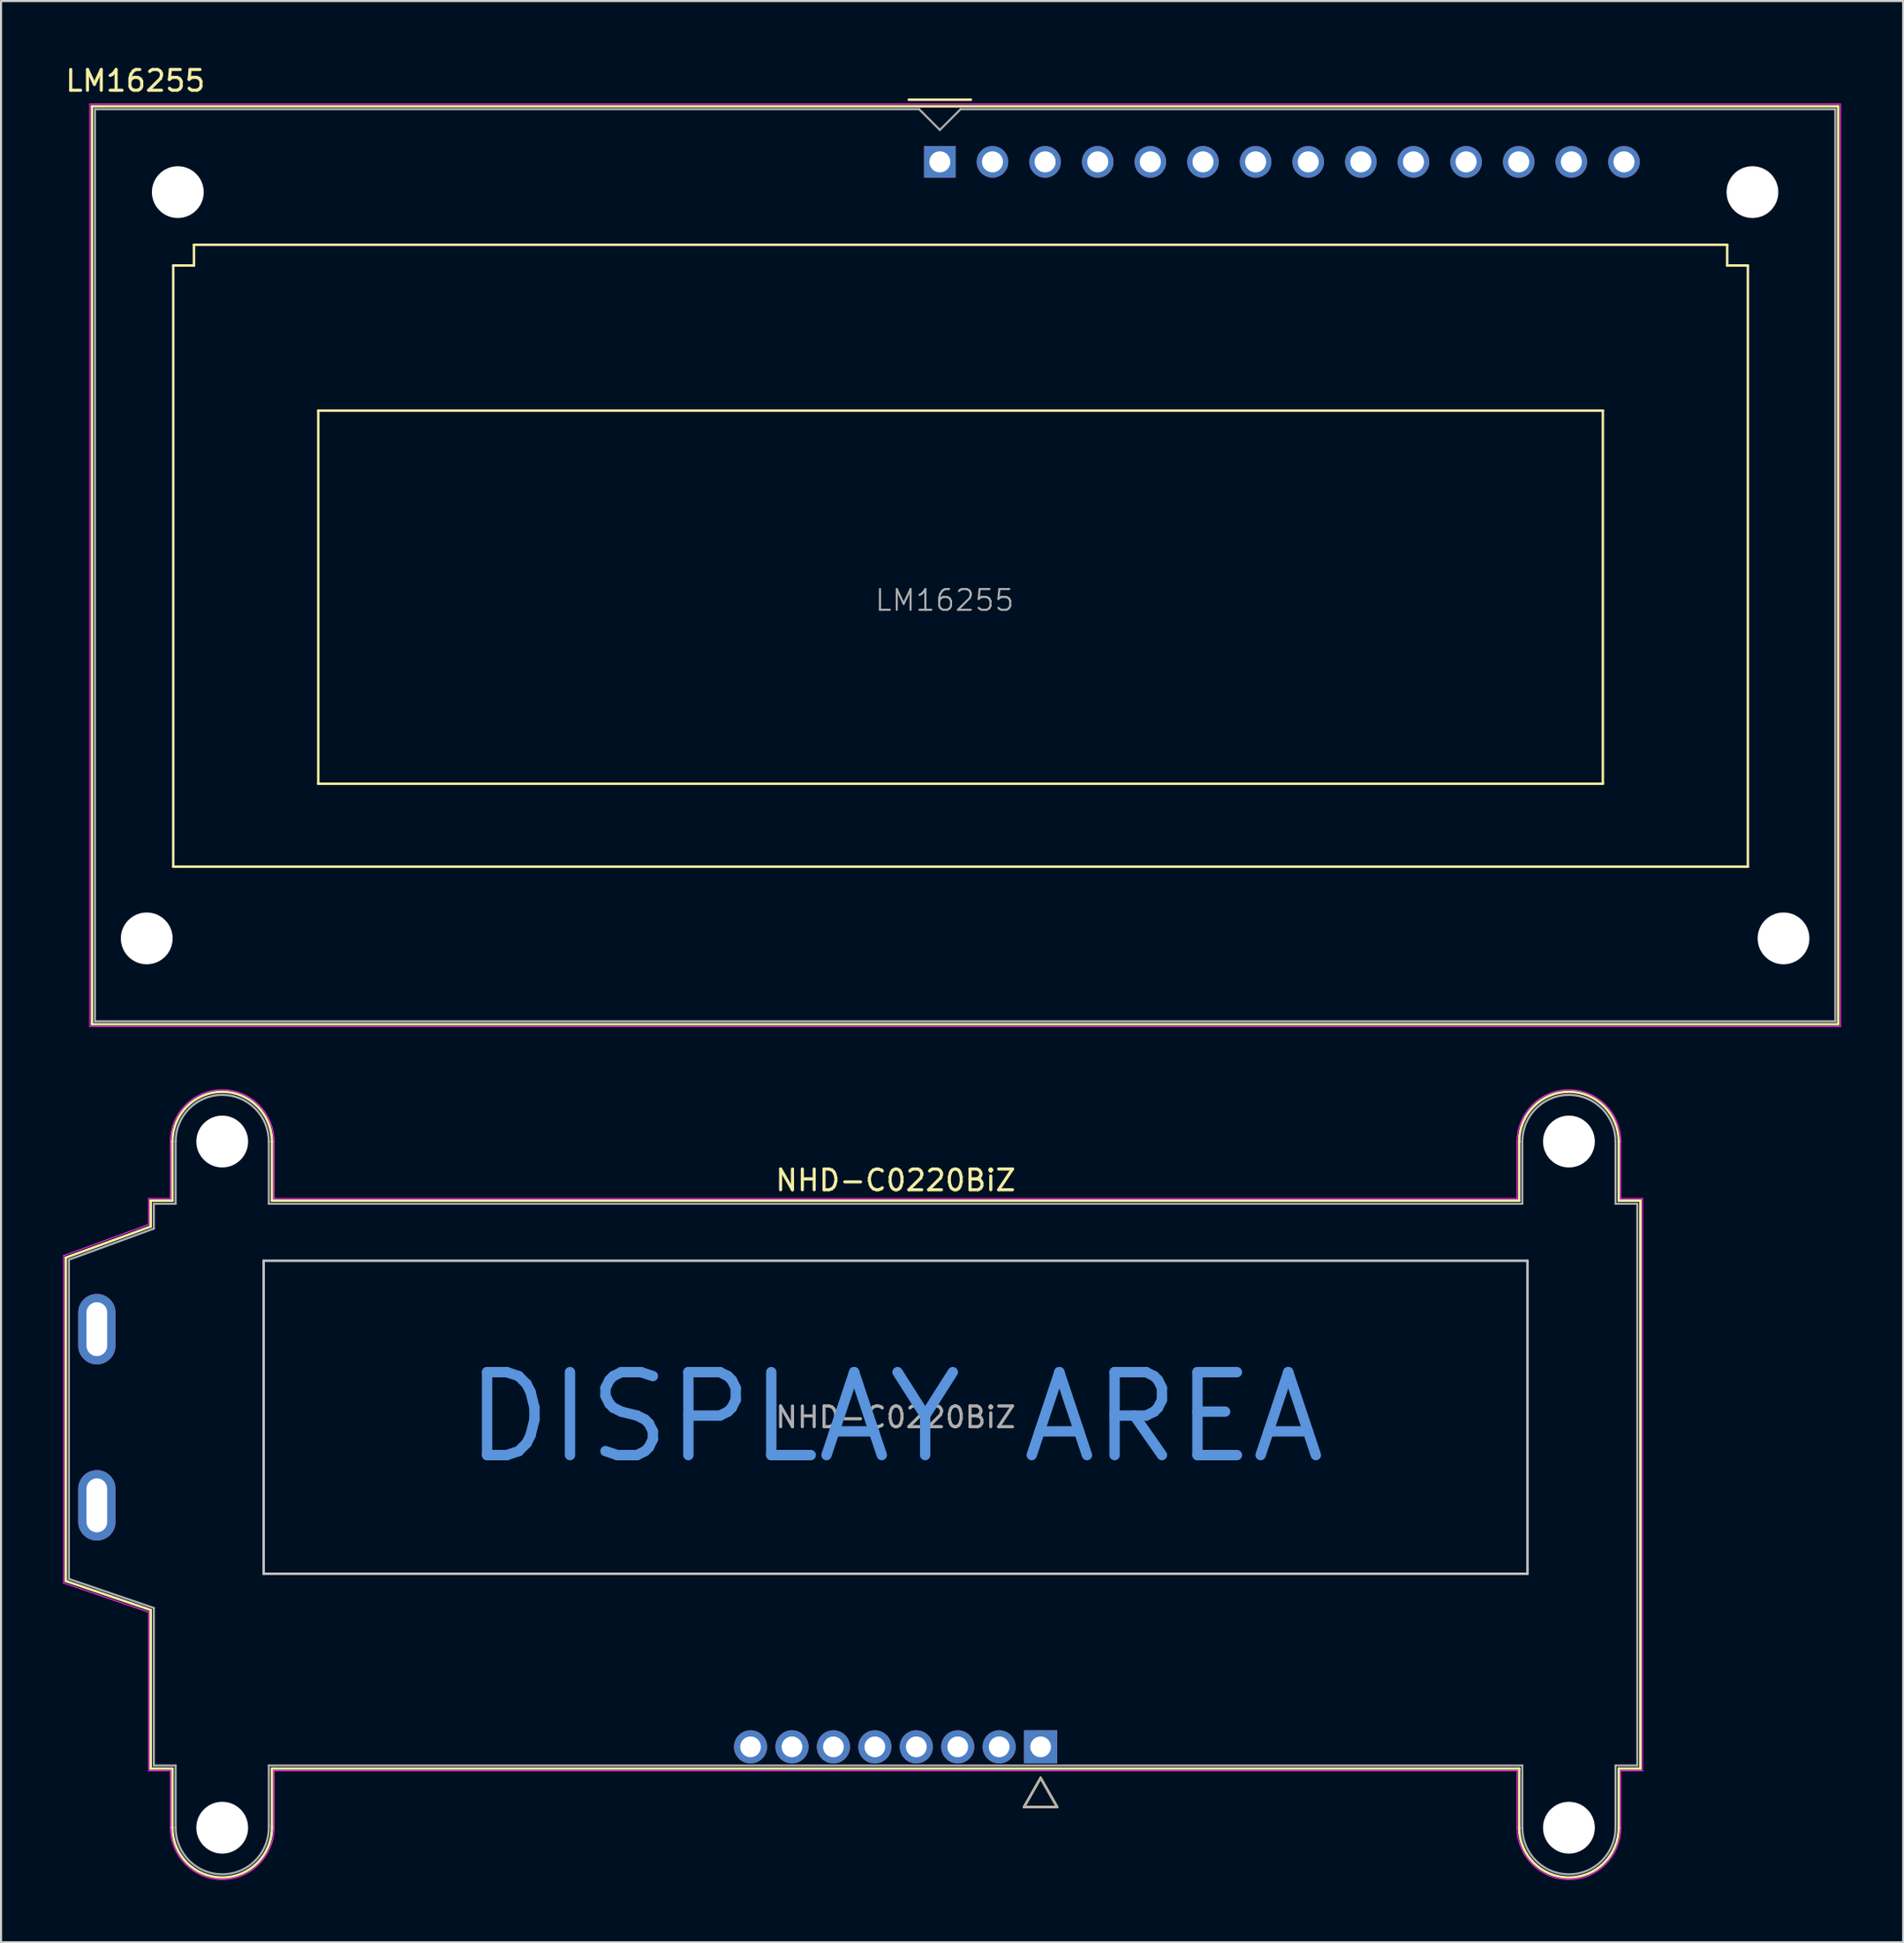
<source format=kicad_pcb>
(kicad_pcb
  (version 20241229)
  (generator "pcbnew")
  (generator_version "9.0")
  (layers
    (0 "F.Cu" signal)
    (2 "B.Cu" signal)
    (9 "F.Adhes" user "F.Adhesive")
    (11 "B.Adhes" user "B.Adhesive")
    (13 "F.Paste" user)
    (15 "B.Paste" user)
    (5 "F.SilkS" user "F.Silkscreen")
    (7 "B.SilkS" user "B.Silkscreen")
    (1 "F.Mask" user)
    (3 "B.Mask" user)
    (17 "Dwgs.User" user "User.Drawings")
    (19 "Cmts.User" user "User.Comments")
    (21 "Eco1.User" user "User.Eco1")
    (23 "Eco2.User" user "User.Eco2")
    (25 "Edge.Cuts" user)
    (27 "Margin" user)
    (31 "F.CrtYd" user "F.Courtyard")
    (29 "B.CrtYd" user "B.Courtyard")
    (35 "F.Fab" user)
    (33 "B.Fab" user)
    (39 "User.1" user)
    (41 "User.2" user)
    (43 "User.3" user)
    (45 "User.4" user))
  (footprint "NHD-C0220BiZ"
    (layer "F.Cu")
    (at 40.175 65.318)
    (property "Reference" "NHD-C0220BiZ" (at 0 -11.43 0) (layer "F.SilkS") (effects (font (size 1 1) (thickness 0.15))))
    (attr through_hole)
    (fp_line (start -40.05 -7.7) (end -40.05 7.9) (stroke (width 0.12) (type solid)) (layer "F.SilkS"))
    (fp_line (start -40.05 7.9) (end -35.95 9.3) (stroke (width 0.12) (type solid)) (layer "F.SilkS"))
    (fp_line (start -35.95 -10.45) (end -35.95 -9.2) (stroke (width 0.12) (type solid)) (layer "F.SilkS"))
    (fp_line (start -35.95 -9.2) (end -40.05 -7.7) (stroke (width 0.12) (type solid)) (layer "F.SilkS"))
    (fp_line (start -35.95 9.3) (end -35.95 16.95) (stroke (width 0.12) (type solid)) (layer "F.SilkS"))
    (fp_line (start -35.95 16.95) (end -34.9 16.95) (stroke (width 0.12) (type solid)) (layer "F.SilkS"))
    (fp_line (start -34.9 -13.3) (end -34.9 -10.45) (stroke (width 0.12) (type solid)) (layer "F.SilkS"))
    (fp_line (start -34.9 -10.45) (end -35.95 -10.45) (stroke (width 0.12) (type solid)) (layer "F.SilkS"))
    (fp_line (start -34.9 16.95) (end -34.9 19.8) (stroke (width 0.12) (type solid)) (layer "F.SilkS"))
    (fp_line (start -30.1 -10.45) (end -30.1 -13.3) (stroke (width 0.12) (type solid)) (layer "F.SilkS"))
    (fp_line (start -30.1 16.95) (end 30.1 16.95) (stroke (width 0.12) (type solid)) (layer "F.SilkS"))
    (fp_line (start -30.1 19.8) (end -30.1 16.95) (stroke (width 0.12) (type solid)) (layer "F.SilkS"))
    (fp_line (start 6.2 18.8) (end 7 17.4) (stroke (width 0.12) (type solid)) (layer "F.SilkS"))
    (fp_line (start 6.2 18.8) (end 7.8 18.8) (stroke (width 0.12) (type solid)) (layer "F.SilkS"))
    (fp_line (start 7 17.4) (end 7.8 18.8) (stroke (width 0.12) (type solid)) (layer "F.SilkS"))
    (fp_line (start 30.1 -13.3) (end 30.1 -10.45) (stroke (width 0.12) (type solid)) (layer "F.SilkS"))
    (fp_line (start 30.1 -10.45) (end -30.1 -10.45) (stroke (width 0.12) (type solid)) (layer "F.SilkS"))
    (fp_line (start 30.1 16.95) (end 30.1 19.8) (stroke (width 0.12) (type solid)) (layer "F.SilkS"))
    (fp_line (start 34.9 -10.45) (end 34.9 -13.3) (stroke (width 0.12) (type solid)) (layer "F.SilkS"))
    (fp_line (start 34.9 16.95) (end 35.95 16.95) (stroke (width 0.12) (type solid)) (layer "F.SilkS"))
    (fp_line (start 34.9 19.8) (end 34.9 16.95) (stroke (width 0.12) (type solid)) (layer "F.SilkS"))
    (fp_line (start 35.95 -10.45) (end 34.9 -10.45) (stroke (width 0.12) (type solid)) (layer "F.SilkS"))
    (fp_line (start 35.95 16.95) (end 35.95 -10.45) (stroke (width 0.12) (type solid)) (layer "F.SilkS"))
    (fp_arc (start -34.9 -13.3) (mid -32.5 -15.7) (end -30.1 -13.3) (stroke (width 0.12) (type solid)) (layer "F.SilkS"))
    (fp_arc (start -30.1 19.8) (mid -32.5 22.2) (end -34.9 19.8) (stroke (width 0.12) (type solid)) (layer "F.SilkS"))
    (fp_arc (start 30.1 -13.3) (mid 32.5 -15.7) (end 34.9 -13.3) (stroke (width 0.12) (type solid)) (layer "F.SilkS"))
    (fp_arc (start 34.9 19.8) (mid 32.5 22.2) (end 30.1 19.8) (stroke (width 0.12) (type solid)) (layer "F.SilkS"))
    (fp_line (start -30.5 -7.55) (end 30.5 -7.55) (stroke (width 0.12) (type solid)) (layer "Dwgs.User"))
    (fp_line (start -30.5 7.55) (end -30.5 -7.55) (stroke (width 0.12) (type solid)) (layer "Dwgs.User"))
    (fp_line (start 30.5 -7.55) (end 30.5 7.55) (stroke (width 0.12) (type solid)) (layer "Dwgs.User"))
    (fp_line (start 30.5 7.55) (end -30.5 7.55) (stroke (width 0.12) (type solid)) (layer "Dwgs.User"))
    (fp_line (start -40.15 -7.8) (end -36.05 -9.3) (stroke (width 0.05) (type solid)) (layer "F.CrtYd"))
    (fp_line (start -40.15 8) (end -40.15 -7.8) (stroke (width 0.05) (type solid)) (layer "F.CrtYd"))
    (fp_line (start -36.05 -10.55) (end -35 -10.55) (stroke (width 0.05) (type solid)) (layer "F.CrtYd"))
    (fp_line (start -36.05 -9.3) (end -36.05 -10.55) (stroke (width 0.05) (type solid)) (layer "F.CrtYd"))
    (fp_line (start -36.05 9.4) (end -40.15 8) (stroke (width 0.05) (type solid)) (layer "F.CrtYd"))
    (fp_line (start -36.05 17.05) (end -36.05 9.4) (stroke (width 0.05) (type solid)) (layer "F.CrtYd"))
    (fp_line (start -35 -10.55) (end -35 -13.3) (stroke (width 0.05) (type solid)) (layer "F.CrtYd"))
    (fp_line (start -35 17.05) (end -36.05 17.05) (stroke (width 0.05) (type solid)) (layer "F.CrtYd"))
    (fp_line (start -35 19.8) (end -35 17.05) (stroke (width 0.05) (type solid)) (layer "F.CrtYd"))
    (fp_line (start -30 -13.3) (end -30 -10.55) (stroke (width 0.05) (type solid)) (layer "F.CrtYd"))
    (fp_line (start -30 -10.55) (end 30 -10.55) (stroke (width 0.05) (type solid)) (layer "F.CrtYd"))
    (fp_line (start -30 17.05) (end -30 19.8) (stroke (width 0.05) (type solid)) (layer "F.CrtYd"))
    (fp_line (start 30 -10.55) (end 30 -13.3) (stroke (width 0.05) (type solid)) (layer "F.CrtYd"))
    (fp_line (start 30 17.05) (end -30 17.05) (stroke (width 0.05) (type solid)) (layer "F.CrtYd"))
    (fp_line (start 30 19.8) (end 30 17.05) (stroke (width 0.05) (type solid)) (layer "F.CrtYd"))
    (fp_line (start 35 -10.55) (end 35 -13.3) (stroke (width 0.05) (type solid)) (layer "F.CrtYd"))
    (fp_line (start 35 17.05) (end 35 19.8) (stroke (width 0.05) (type solid)) (layer "F.CrtYd"))
    (fp_line (start 36.05 -10.55) (end 35 -10.55) (stroke (width 0.05) (type solid)) (layer "F.CrtYd"))
    (fp_line (start 36.05 -10.55) (end 36.05 17.05) (stroke (width 0.05) (type solid)) (layer "F.CrtYd"))
    (fp_line (start 36.05 17.05) (end 35 17.05) (stroke (width 0.05) (type solid)) (layer "F.CrtYd"))
    (fp_arc (start -35 -13.3) (mid -32.5 -15.8) (end -30 -13.3) (stroke (width 0.05) (type solid)) (layer "F.CrtYd"))
    (fp_arc (start -30 19.8) (mid -32.5 22.3) (end -35 19.8) (stroke (width 0.05) (type solid)) (layer "F.CrtYd"))
    (fp_arc (start 30 -13.3) (mid 32.5 -15.8) (end 35 -13.3) (stroke (width 0.05) (type solid)) (layer "F.CrtYd"))
    (fp_arc (start 35 19.8) (mid 32.5 22.3) (end 30 19.8) (stroke (width 0.05) (type solid)) (layer "F.CrtYd"))
    (fp_line (start -39.9 -7.6) (end -35.8 -9.1) (stroke (width 0.1) (type solid)) (layer "F.Fab"))
    (fp_line (start -39.9 7.8) (end -39.9 -7.6) (stroke (width 0.1) (type solid)) (layer "F.Fab"))
    (fp_line (start -35.8 -10.3) (end -35.8 -9.1) (stroke (width 0.1) (type solid)) (layer "F.Fab"))
    (fp_line (start -35.8 -10.3) (end -34.75 -10.3) (stroke (width 0.1) (type solid)) (layer "F.Fab"))
    (fp_line (start -35.8 9.2) (end -39.9 7.8) (stroke (width 0.1) (type solid)) (layer "F.Fab"))
    (fp_line (start -35.8 9.2) (end -35.8 16.8) (stroke (width 0.1) (type solid)) (layer "F.Fab"))
    (fp_line (start -34.75 -10.3) (end -34.75 -13.3) (stroke (width 0.1) (type solid)) (layer "F.Fab"))
    (fp_line (start -34.75 16.8) (end -35.8 16.8) (stroke (width 0.1) (type solid)) (layer "F.Fab"))
    (fp_line (start -34.75 19.8) (end -34.75 16.8) (stroke (width 0.1) (type solid)) (layer "F.Fab"))
    (fp_line (start -30.25 -10.3) (end -30.25 -13.3) (stroke (width 0.1) (type solid)) (layer "F.Fab"))
    (fp_line (start -30.25 -10.3) (end 30.25 -10.3) (stroke (width 0.1) (type solid)) (layer "F.Fab"))
    (fp_line (start -30.25 16.8) (end -30.25 19.7) (stroke (width 0.1) (type solid)) (layer "F.Fab"))
    (fp_line (start -30.25 16.8) (end 30.25 16.8) (stroke (width 0.1) (type solid)) (layer "F.Fab"))
    (fp_line (start 6.2 18.8) (end 7.8 18.8) (stroke (width 0.1) (type solid)) (layer "F.Fab"))
    (fp_line (start 7 17.4) (end 6.2 18.8) (stroke (width 0.1) (type solid)) (layer "F.Fab"))
    (fp_line (start 7.8 18.8) (end 7 17.4) (stroke (width 0.1) (type solid)) (layer "F.Fab"))
    (fp_line (start 30.25 -10.3) (end 30.25 -13.3) (stroke (width 0.1) (type solid)) (layer "F.Fab"))
    (fp_line (start 30.25 19.8) (end 30.25 16.8) (stroke (width 0.1) (type solid)) (layer "F.Fab"))
    (fp_line (start 34.75 -13.3) (end 34.75 -10.3) (stroke (width 0.1) (type solid)) (layer "F.Fab"))
    (fp_line (start 34.75 -10.3) (end 35.8 -10.3) (stroke (width 0.1) (type solid)) (layer "F.Fab"))
    (fp_line (start 34.75 16.8) (end 34.75 19.8) (stroke (width 0.1) (type solid)) (layer "F.Fab"))
    (fp_line (start 35.8 -10.3) (end 35.8 16.8) (stroke (width 0.1) (type solid)) (layer "F.Fab"))
    (fp_line (start 35.8 16.8) (end 34.75 16.8) (stroke (width 0.1) (type solid)) (layer "F.Fab"))
    (fp_arc (start -34.75 -13.3) (mid -32.5 -15.55) (end -30.25 -13.3) (stroke (width 0.1) (type solid)) (layer "F.Fab"))
    (fp_arc (start -30.251542 19.716724) (mid -32.458355 22.049614) (end -34.75 19.8) (stroke (width 0.1) (type solid)) (layer "F.Fab"))
    (fp_arc (start 30.25 -13.3) (mid 32.5 -15.55) (end 34.75 -13.3) (stroke (width 0.1) (type solid)) (layer "F.Fab"))
    (fp_arc (start 34.75 19.8) (mid 32.5 22.05) (end 30.25 19.8) (stroke (width 0.1) (type solid)) (layer "F.Fab"))
    (fp_text user "DISPLAY AREA" (at 0 0 0) (layer "Cmts.User") (effects (font (size 4 4) (thickness 0.5))))
    (fp_text user "${REFERENCE}" (at 0 0 0) (layer "F.Fab") (effects (font (size 1 1) (thickness 0.15))))
    (pad "" np_thru_hole circle (at -32.5 -13.3) (size 2.5 2.5) (drill 2.5) (layers "*.Cu" "*.Mask"))
    (pad "" np_thru_hole circle (at -32.5 19.8) (size 2.5 2.5) (drill 2.5) (layers "*.Cu" "*.Mask"))
    (pad "" np_thru_hole circle (at 32.5 -13.3) (size 2.5 2.5) (drill 2.5) (layers "*.Cu" "*.Mask"))
    (pad "" np_thru_hole circle (at 32.5 19.8) (size 2.5 2.5) (drill 2.5) (layers "*.Cu" "*.Mask"))
    (pad "1" thru_hole rect (at 7 15.9) (size 1.6 1.6) (drill 1) (layers "*.Cu" "*.Mask"))
    (pad "2" thru_hole circle (at 5 15.9) (size 1.6 1.6) (drill 1) (layers "*.Cu" "*.Mask"))
    (pad "3" thru_hole circle (at 3 15.9) (size 1.6 1.6) (drill 1) (layers "*.Cu" "*.Mask"))
    (pad "4" thru_hole circle (at 1 15.9) (size 1.6 1.6) (drill 1) (layers "*.Cu" "*.Mask"))
    (pad "5" thru_hole circle (at -1 15.9) (size 1.6 1.6) (drill 1) (layers "*.Cu" "*.Mask"))
    (pad "6" thru_hole circle (at -3 15.9) (size 1.6 1.6) (drill 1) (layers "*.Cu" "*.Mask"))
    (pad "7" thru_hole circle (at -5 15.9) (size 1.6 1.6) (drill 1) (layers "*.Cu" "*.Mask"))
    (pad "8" thru_hole circle (at -7 15.9) (size 1.6 1.6) (drill 1) (layers "*.Cu" "*.Mask"))
    (pad "9" thru_hole oval (at -38.55 4.25) (size 1.8 3.4) (drill oval 1 2.6) (layers "*.Cu" "*.Mask"))
    (pad "10" thru_hole oval (at -38.55 -4.25) (size 1.8 3.4) (drill oval 1 2.6) (layers "*.Cu" "*.Mask")))
  (footprint "LM16255"
    (layer "F.Cu")
    (at 42.312 4.758)
    (property "Reference" "LM16255" (at -38.83 -3.91 0) (layer "F.SilkS") (effects (font (size 1 1) (thickness 0.15))))
    (attr through_hole)
    (fp_line (start -40.92 -2.68) (end 43.36 -2.68) (stroke (width 0.12) (type solid)) (layer "F.SilkS"))
    (fp_line (start -40.92 41.6) (end -40.92 -2.68) (stroke (width 0.12) (type solid)) (layer "F.SilkS"))
    (fp_line (start -37 5) (end -36 5) (stroke (width 0.12) (type solid)) (layer "F.SilkS"))
    (fp_line (start -37 34) (end -37 5) (stroke (width 0.12) (type solid)) (layer "F.SilkS"))
    (fp_line (start -36 4) (end 38 4) (stroke (width 0.12) (type solid)) (layer "F.SilkS"))
    (fp_line (start -36 5) (end -36 4) (stroke (width 0.12) (type solid)) (layer "F.SilkS"))
    (fp_line (start -30 12) (end 32 12) (stroke (width 0.12) (type solid)) (layer "F.SilkS"))
    (fp_line (start -30 30) (end -30 12) (stroke (width 0.12) (type solid)) (layer "F.SilkS"))
    (fp_line (start -1.5 -3) (end 1.5 -3) (stroke (width 0.12) (type solid)) (layer "F.SilkS"))
    (fp_line (start 32 12) (end 32 30) (stroke (width 0.12) (type solid)) (layer "F.SilkS"))
    (fp_line (start 32 30) (end -30 30) (stroke (width 0.12) (type solid)) (layer "F.SilkS"))
    (fp_line (start 38 4) (end 38 5) (stroke (width 0.12) (type solid)) (layer "F.SilkS"))
    (fp_line (start 38 5) (end 39 5) (stroke (width 0.12) (type solid)) (layer "F.SilkS"))
    (fp_line (start 39 5) (end 39 34) (stroke (width 0.12) (type solid)) (layer "F.SilkS"))
    (fp_line (start 39 34) (end -37 34) (stroke (width 0.12) (type solid)) (layer "F.SilkS"))
    (fp_line (start 43.36 -2.68) (end 43.36 41.6) (stroke (width 0.12) (type solid)) (layer "F.SilkS"))
    (fp_line (start 43.36 41.6) (end -40.92 41.6) (stroke (width 0.12) (type solid)) (layer "F.SilkS"))
    (fp_line (start -41.03 -2.79) (end 43.47 -2.79) (stroke (width 0.05) (type solid)) (layer "F.CrtYd"))
    (fp_line (start -41.03 41.71) (end -41.03 -2.79) (stroke (width 0.05) (type solid)) (layer "F.CrtYd"))
    (fp_line (start 43.47 -2.79) (end 43.47 41.71) (stroke (width 0.05) (type solid)) (layer "F.CrtYd"))
    (fp_line (start 43.47 41.71) (end -41.03 41.71) (stroke (width 0.05) (type solid)) (layer "F.CrtYd"))
    (fp_line (start -40.78 -2.54) (end -40.78 41.46) (stroke (width 0.1) (type solid)) (layer "F.Fab"))
    (fp_line (start -40.78 41.46) (end 43.22 41.46) (stroke (width 0.1) (type solid)) (layer "F.Fab"))
    (fp_line (start -1 -2.54) (end -40.78 -2.54) (stroke (width 0.1) (type solid)) (layer "F.Fab"))
    (fp_line (start 0 -1.54) (end -1 -2.54) (stroke (width 0.1) (type solid)) (layer "F.Fab"))
    (fp_line (start 1 -2.54) (end 0 -1.54) (stroke (width 0.1) (type solid)) (layer "F.Fab"))
    (fp_line (start 1 -2.54) (end 43.22 -2.54) (stroke (width 0.1) (type solid)) (layer "F.Fab"))
    (fp_line (start 43.22 -2.54) (end 43.22 41.46) (stroke (width 0.1) (type solid)) (layer "F.Fab"))
    (fp_text user "${REFERENCE}" (at 0.23 21.15 0) (layer "F.Fab") (effects (font (size 1 1) (thickness 0.1))))
    (pad "" np_thru_hole circle (at -38.28 37.46 180) (size 2.5 2.5) (drill 2.5) (layers "*.Cu" "*.Mask"))
    (pad "" np_thru_hole circle (at -36.78 1.46 180) (size 2.5 2.5) (drill 2.5) (layers "*.Cu" "*.Mask"))
    (pad "" np_thru_hole circle (at 39.22 1.46 180) (size 2.5 2.5) (drill 2.5) (layers "*.Cu" "*.Mask"))
    (pad "" np_thru_hole circle (at 40.72 37.46 180) (size 2.5 2.5) (drill 2.5) (layers "*.Cu" "*.Mask"))
    (pad "1" thru_hole rect (at 0 0 180) (size 1.524 1.524) (drill 1.016) (layers "*.Cu" "*.Mask"))
    (pad "2" thru_hole circle (at 2.54 0 180) (size 1.524 1.524) (drill 1.016) (layers "*.Cu" "*.Mask"))
    (pad "3" thru_hole circle (at 5.08 0 180) (size 1.524 1.524) (drill 1.016) (layers "*.Cu" "*.Mask"))
    (pad "4" thru_hole circle (at 7.62 0 180) (size 1.524 1.524) (drill 1.016) (layers "*.Cu" "*.Mask"))
    (pad "5" thru_hole circle (at 10.16 0 180) (size 1.524 1.524) (drill 1.016) (layers "*.Cu" "*.Mask"))
    (pad "6" thru_hole circle (at 12.7 0 180) (size 1.524 1.524) (drill 1.016) (layers "*.Cu" "*.Mask"))
    (pad "7" thru_hole circle (at 15.24 0 180) (size 1.524 1.524) (drill 1.016) (layers "*.Cu" "*.Mask"))
    (pad "8" thru_hole circle (at 17.78 0 180) (size 1.524 1.524) (drill 1.016) (layers "*.Cu" "*.Mask"))
    (pad "9" thru_hole circle (at 20.32 0 180) (size 1.524 1.524) (drill 1.016) (layers "*.Cu" "*.Mask"))
    (pad "10" thru_hole circle (at 22.86 0 180) (size 1.524 1.524) (drill 1.016) (layers "*.Cu" "*.Mask"))
    (pad "11" thru_hole circle (at 25.4 0 180) (size 1.524 1.524) (drill 1.016) (layers "*.Cu" "*.Mask"))
    (pad "12" thru_hole circle (at 27.94 0 180) (size 1.524 1.524) (drill 1.016) (layers "*.Cu" "*.Mask"))
    (pad "13" thru_hole circle (at 30.48 0 180) (size 1.524 1.524) (drill 1.016) (layers "*.Cu" "*.Mask"))
    (pad "14" thru_hole circle (at 33.02 0 180) (size 1.524 1.524) (drill 1.016) (layers "*.Cu" "*.Mask")))
  (gr_rect
    (start -3 -3)
    (end 88.807 90.643)
    (stroke (width 0.1) (type default))
    (fill no)
    (layer "Edge.Cuts")))
</source>
